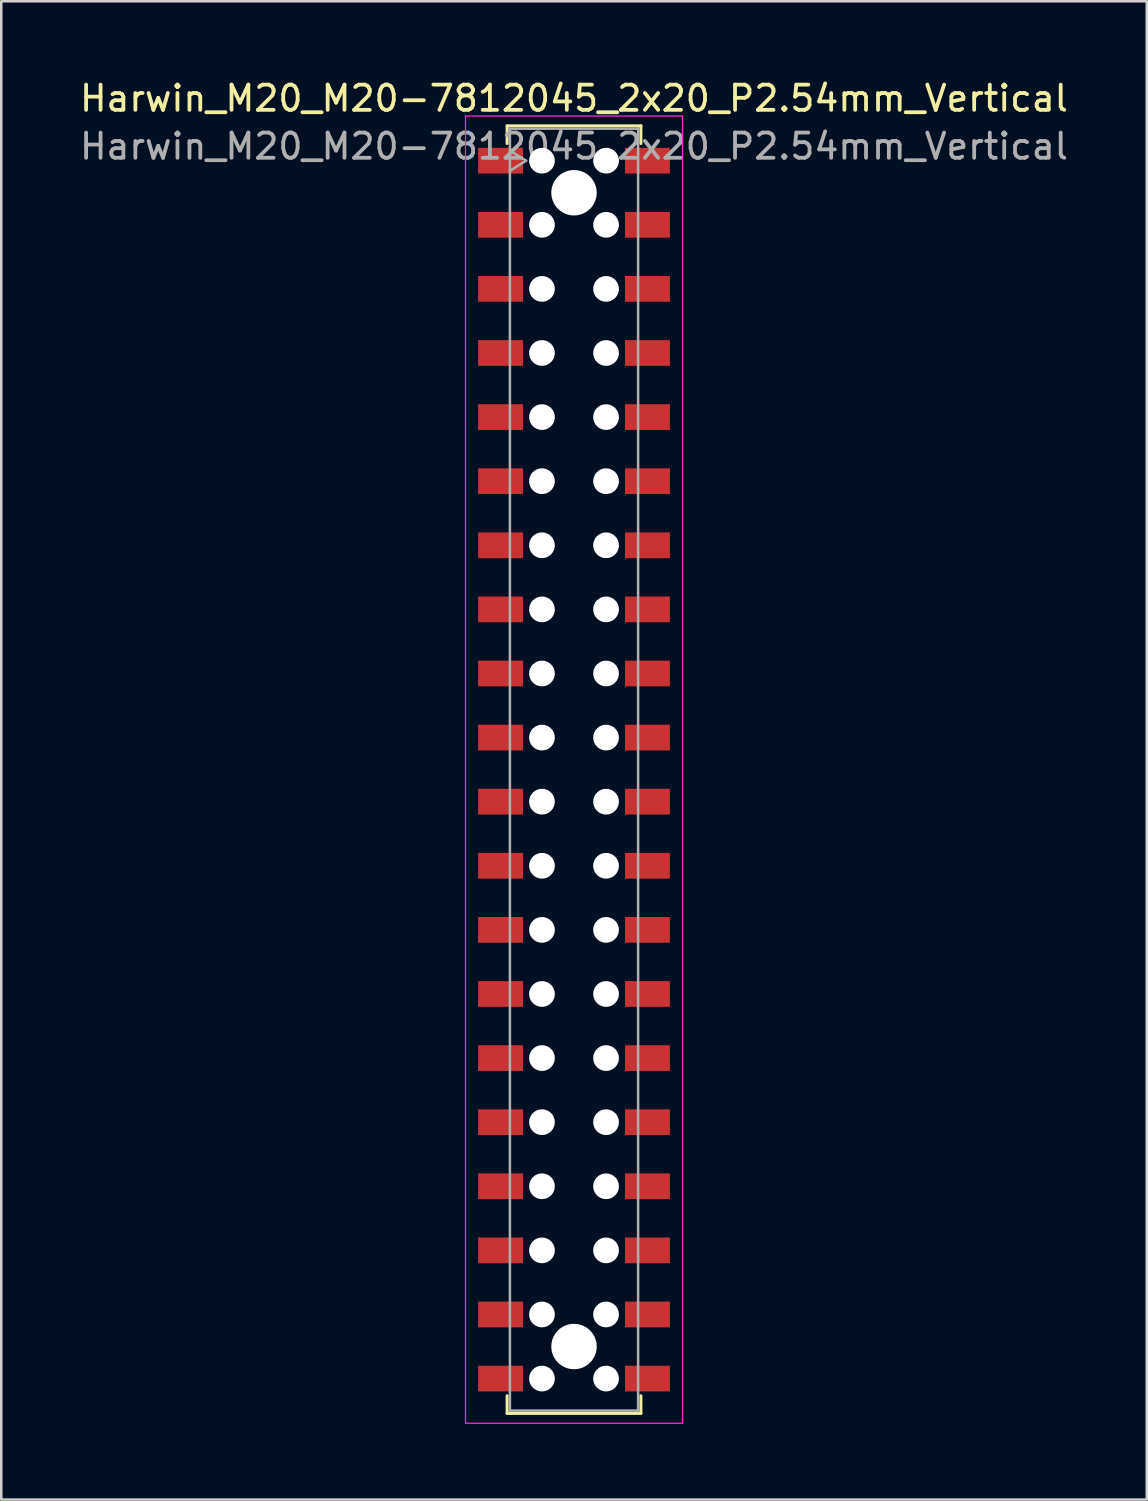
<source format=kicad_pcb>
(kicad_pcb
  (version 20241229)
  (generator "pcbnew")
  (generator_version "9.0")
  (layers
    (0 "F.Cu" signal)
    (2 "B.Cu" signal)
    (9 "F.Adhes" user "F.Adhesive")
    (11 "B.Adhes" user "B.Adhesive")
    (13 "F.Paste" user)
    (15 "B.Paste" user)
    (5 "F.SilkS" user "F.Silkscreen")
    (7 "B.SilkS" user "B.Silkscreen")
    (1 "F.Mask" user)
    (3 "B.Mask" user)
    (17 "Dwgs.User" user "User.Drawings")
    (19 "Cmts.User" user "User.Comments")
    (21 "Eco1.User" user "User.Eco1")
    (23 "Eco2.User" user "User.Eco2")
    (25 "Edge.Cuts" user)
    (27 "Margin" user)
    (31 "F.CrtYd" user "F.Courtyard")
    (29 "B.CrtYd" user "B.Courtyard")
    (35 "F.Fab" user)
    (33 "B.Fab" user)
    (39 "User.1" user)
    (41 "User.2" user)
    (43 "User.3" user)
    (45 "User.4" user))
  (footprint "Harwin_M20_M20-7812045_2x20_P2.54mm_Vertical"
    (layer "F.Cu")
    (at 19.696 27.448)
    (property "Reference" "Harwin_M20_M20-7812045_2x20_P2.54mm_Vertical" (at 0 -26.6 0) (layer "F.SilkS") (effects (font (size 1 1) (thickness 0.15))))
    (attr smd)
    (fp_line (start -2.65 -25.51) (end 2.65 -25.51) (stroke (width 0.12) (type solid)) (layer "F.SilkS"))
    (fp_line (start -2.65 -24.81) (end -2.65 -25.51) (stroke (width 0.12) (type solid)) (layer "F.SilkS"))
    (fp_line (start -2.65 24.81) (end -2.65 25.51) (stroke (width 0.12) (type solid)) (layer "F.SilkS"))
    (fp_line (start -2.65 25.51) (end 2.65 25.51) (stroke (width 0.12) (type solid)) (layer "F.SilkS"))
    (fp_line (start 2.65 -25.51) (end 2.65 -24.81) (stroke (width 0.12) (type solid)) (layer "F.SilkS"))
    (fp_line (start 2.65 25.51) (end 2.65 24.81) (stroke (width 0.12) (type solid)) (layer "F.SilkS"))
    (fp_line (start -4.3 -25.9) (end 4.3 -25.9) (stroke (width 0.05) (type solid)) (layer "F.CrtYd"))
    (fp_line (start -4.3 25.9) (end -4.3 -25.9) (stroke (width 0.05) (type solid)) (layer "F.CrtYd"))
    (fp_line (start 4.3 -25.9) (end 4.3 25.9) (stroke (width 0.05) (type solid)) (layer "F.CrtYd"))
    (fp_line (start 4.3 25.9) (end -4.3 25.9) (stroke (width 0.05) (type solid)) (layer "F.CrtYd"))
    (fp_line (start -2.54 -25.4) (end 2.54 -25.4) (stroke (width 0.1) (type solid)) (layer "F.Fab"))
    (fp_line (start -2.54 -24.53) (end -1.9 -24.13) (stroke (width 0.1) (type solid)) (layer "F.Fab"))
    (fp_line (start -2.54 25.4) (end -2.54 -25.4) (stroke (width 0.1) (type solid)) (layer "F.Fab"))
    (fp_line (start -1.9 -24.13) (end -2.54 -23.73) (stroke (width 0.1) (type solid)) (layer "F.Fab"))
    (fp_line (start 2.54 -25.4) (end 2.54 25.4) (stroke (width 0.1) (type solid)) (layer "F.Fab"))
    (fp_line (start 2.54 25.4) (end -2.54 25.4) (stroke (width 0.1) (type solid)) (layer "F.Fab"))
    (fp_text user "${REFERENCE}" (at 0 -24.7 0) (layer "F.Fab") (effects (font (size 1 1) (thickness 0.15))))
    (pad "" np_thru_hole circle (at -1.27 -24.13) (size 1.02 1.02) (drill 1.02) (layers "*.Cu" "*.Mask"))
    (pad "" np_thru_hole circle (at -1.27 -21.59) (size 1.02 1.02) (drill 1.02) (layers "*.Cu" "*.Mask"))
    (pad "" np_thru_hole circle (at -1.27 -19.05) (size 1.02 1.02) (drill 1.02) (layers "*.Cu" "*.Mask"))
    (pad "" np_thru_hole circle (at -1.27 -16.51) (size 1.02 1.02) (drill 1.02) (layers "*.Cu" "*.Mask"))
    (pad "" np_thru_hole circle (at -1.27 -13.97) (size 1.02 1.02) (drill 1.02) (layers "*.Cu" "*.Mask"))
    (pad "" np_thru_hole circle (at -1.27 -11.43) (size 1.02 1.02) (drill 1.02) (layers "*.Cu" "*.Mask"))
    (pad "" np_thru_hole circle (at -1.27 -8.89) (size 1.02 1.02) (drill 1.02) (layers "*.Cu" "*.Mask"))
    (pad "" np_thru_hole circle (at -1.27 -6.35) (size 1.02 1.02) (drill 1.02) (layers "*.Cu" "*.Mask"))
    (pad "" np_thru_hole circle (at -1.27 -3.81) (size 1.02 1.02) (drill 1.02) (layers "*.Cu" "*.Mask"))
    (pad "" np_thru_hole circle (at -1.27 -1.27) (size 1.02 1.02) (drill 1.02) (layers "*.Cu" "*.Mask"))
    (pad "" np_thru_hole circle (at -1.27 1.27) (size 1.02 1.02) (drill 1.02) (layers "*.Cu" "*.Mask"))
    (pad "" np_thru_hole circle (at -1.27 3.81) (size 1.02 1.02) (drill 1.02) (layers "*.Cu" "*.Mask"))
    (pad "" np_thru_hole circle (at -1.27 6.35) (size 1.02 1.02) (drill 1.02) (layers "*.Cu" "*.Mask"))
    (pad "" np_thru_hole circle (at -1.27 8.89) (size 1.02 1.02) (drill 1.02) (layers "*.Cu" "*.Mask"))
    (pad "" np_thru_hole circle (at -1.27 11.43) (size 1.02 1.02) (drill 1.02) (layers "*.Cu" "*.Mask"))
    (pad "" np_thru_hole circle (at -1.27 13.97) (size 1.02 1.02) (drill 1.02) (layers "*.Cu" "*.Mask"))
    (pad "" np_thru_hole circle (at -1.27 16.51) (size 1.02 1.02) (drill 1.02) (layers "*.Cu" "*.Mask"))
    (pad "" np_thru_hole circle (at -1.27 19.05) (size 1.02 1.02) (drill 1.02) (layers "*.Cu" "*.Mask"))
    (pad "" np_thru_hole circle (at -1.27 21.59) (size 1.02 1.02) (drill 1.02) (layers "*.Cu" "*.Mask"))
    (pad "" np_thru_hole circle (at -1.27 24.13) (size 1.02 1.02) (drill 1.02) (layers "*.Cu" "*.Mask"))
    (pad "" np_thru_hole circle (at 0 -22.86) (size 1.8 1.8) (drill 1.8) (layers "*.Cu" "*.Mask"))
    (pad "" np_thru_hole circle (at 0 22.86) (size 1.8 1.8) (drill 1.8) (layers "*.Cu" "*.Mask"))
    (pad "" np_thru_hole circle (at 1.27 -24.13) (size 1.02 1.02) (drill 1.02) (layers "*.Cu" "*.Mask"))
    (pad "" np_thru_hole circle (at 1.27 -21.59) (size 1.02 1.02) (drill 1.02) (layers "*.Cu" "*.Mask"))
    (pad "" np_thru_hole circle (at 1.27 -19.05) (size 1.02 1.02) (drill 1.02) (layers "*.Cu" "*.Mask"))
    (pad "" np_thru_hole circle (at 1.27 -16.51) (size 1.02 1.02) (drill 1.02) (layers "*.Cu" "*.Mask"))
    (pad "" np_thru_hole circle (at 1.27 -13.97) (size 1.02 1.02) (drill 1.02) (layers "*.Cu" "*.Mask"))
    (pad "" np_thru_hole circle (at 1.27 -11.43) (size 1.02 1.02) (drill 1.02) (layers "*.Cu" "*.Mask"))
    (pad "" np_thru_hole circle (at 1.27 -8.89) (size 1.02 1.02) (drill 1.02) (layers "*.Cu" "*.Mask"))
    (pad "" np_thru_hole circle (at 1.27 -6.35) (size 1.02 1.02) (drill 1.02) (layers "*.Cu" "*.Mask"))
    (pad "" np_thru_hole circle (at 1.27 -3.81) (size 1.02 1.02) (drill 1.02) (layers "*.Cu" "*.Mask"))
    (pad "" np_thru_hole circle (at 1.27 -1.27) (size 1.02 1.02) (drill 1.02) (layers "*.Cu" "*.Mask"))
    (pad "" np_thru_hole circle (at 1.27 1.27) (size 1.02 1.02) (drill 1.02) (layers "*.Cu" "*.Mask"))
    (pad "" np_thru_hole circle (at 1.27 3.81) (size 1.02 1.02) (drill 1.02) (layers "*.Cu" "*.Mask"))
    (pad "" np_thru_hole circle (at 1.27 6.35) (size 1.02 1.02) (drill 1.02) (layers "*.Cu" "*.Mask"))
    (pad "" np_thru_hole circle (at 1.27 8.89) (size 1.02 1.02) (drill 1.02) (layers "*.Cu" "*.Mask"))
    (pad "" np_thru_hole circle (at 1.27 11.43) (size 1.02 1.02) (drill 1.02) (layers "*.Cu" "*.Mask"))
    (pad "" np_thru_hole circle (at 1.27 13.97) (size 1.02 1.02) (drill 1.02) (layers "*.Cu" "*.Mask"))
    (pad "" np_thru_hole circle (at 1.27 16.51) (size 1.02 1.02) (drill 1.02) (layers "*.Cu" "*.Mask"))
    (pad "" np_thru_hole circle (at 1.27 19.05) (size 1.02 1.02) (drill 1.02) (layers "*.Cu" "*.Mask"))
    (pad "" np_thru_hole circle (at 1.27 21.59) (size 1.02 1.02) (drill 1.02) (layers "*.Cu" "*.Mask"))
    (pad "" np_thru_hole circle (at 1.27 24.13) (size 1.02 1.02) (drill 1.02) (layers "*.Cu" "*.Mask"))
    (pad "1" smd rect (at -2.91 -24.13) (size 1.78 1.02) (layers "F.Cu" "F.Mask" "F.Paste"))
    (pad "2" smd rect (at -2.91 -21.59) (size 1.78 1.02) (layers "F.Cu" "F.Mask" "F.Paste"))
    (pad "3" smd rect (at -2.91 -19.05) (size 1.78 1.02) (layers "F.Cu" "F.Mask" "F.Paste"))
    (pad "4" smd rect (at -2.91 -16.51) (size 1.78 1.02) (layers "F.Cu" "F.Mask" "F.Paste"))
    (pad "5" smd rect (at -2.91 -13.97) (size 1.78 1.02) (layers "F.Cu" "F.Mask" "F.Paste"))
    (pad "6" smd rect (at -2.91 -11.43) (size 1.78 1.02) (layers "F.Cu" "F.Mask" "F.Paste"))
    (pad "7" smd rect (at -2.91 -8.89) (size 1.78 1.02) (layers "F.Cu" "F.Mask" "F.Paste"))
    (pad "8" smd rect (at -2.91 -6.35) (size 1.78 1.02) (layers "F.Cu" "F.Mask" "F.Paste"))
    (pad "9" smd rect (at -2.91 -3.81) (size 1.78 1.02) (layers "F.Cu" "F.Mask" "F.Paste"))
    (pad "10" smd rect (at -2.91 -1.27) (size 1.78 1.02) (layers "F.Cu" "F.Mask" "F.Paste"))
    (pad "11" smd rect (at -2.91 1.27) (size 1.78 1.02) (layers "F.Cu" "F.Mask" "F.Paste"))
    (pad "12" smd rect (at -2.91 3.81) (size 1.78 1.02) (layers "F.Cu" "F.Mask" "F.Paste"))
    (pad "13" smd rect (at -2.91 6.35) (size 1.78 1.02) (layers "F.Cu" "F.Mask" "F.Paste"))
    (pad "14" smd rect (at -2.91 8.89) (size 1.78 1.02) (layers "F.Cu" "F.Mask" "F.Paste"))
    (pad "15" smd rect (at -2.91 11.43) (size 1.78 1.02) (layers "F.Cu" "F.Mask" "F.Paste"))
    (pad "16" smd rect (at -2.91 13.97) (size 1.78 1.02) (layers "F.Cu" "F.Mask" "F.Paste"))
    (pad "17" smd rect (at -2.91 16.51) (size 1.78 1.02) (layers "F.Cu" "F.Mask" "F.Paste"))
    (pad "18" smd rect (at -2.91 19.05) (size 1.78 1.02) (layers "F.Cu" "F.Mask" "F.Paste"))
    (pad "19" smd rect (at -2.91 21.59) (size 1.78 1.02) (layers "F.Cu" "F.Mask" "F.Paste"))
    (pad "20" smd rect (at -2.91 24.13) (size 1.78 1.02) (layers "F.Cu" "F.Mask" "F.Paste"))
    (pad "21" smd rect (at 2.91 -24.13) (size 1.78 1.02) (layers "F.Cu" "F.Mask" "F.Paste"))
    (pad "22" smd rect (at 2.91 -21.59) (size 1.78 1.02) (layers "F.Cu" "F.Mask" "F.Paste"))
    (pad "23" smd rect (at 2.91 -19.05) (size 1.78 1.02) (layers "F.Cu" "F.Mask" "F.Paste"))
    (pad "24" smd rect (at 2.91 -16.51) (size 1.78 1.02) (layers "F.Cu" "F.Mask" "F.Paste"))
    (pad "25" smd rect (at 2.91 -13.97) (size 1.78 1.02) (layers "F.Cu" "F.Mask" "F.Paste"))
    (pad "26" smd rect (at 2.91 -11.43) (size 1.78 1.02) (layers "F.Cu" "F.Mask" "F.Paste"))
    (pad "27" smd rect (at 2.91 -8.89) (size 1.78 1.02) (layers "F.Cu" "F.Mask" "F.Paste"))
    (pad "28" smd rect (at 2.91 -6.35) (size 1.78 1.02) (layers "F.Cu" "F.Mask" "F.Paste"))
    (pad "29" smd rect (at 2.91 -3.81) (size 1.78 1.02) (layers "F.Cu" "F.Mask" "F.Paste"))
    (pad "30" smd rect (at 2.91 -1.27) (size 1.78 1.02) (layers "F.Cu" "F.Mask" "F.Paste"))
    (pad "31" smd rect (at 2.91 1.27) (size 1.78 1.02) (layers "F.Cu" "F.Mask" "F.Paste"))
    (pad "32" smd rect (at 2.91 3.81) (size 1.78 1.02) (layers "F.Cu" "F.Mask" "F.Paste"))
    (pad "33" smd rect (at 2.91 6.35) (size 1.78 1.02) (layers "F.Cu" "F.Mask" "F.Paste"))
    (pad "34" smd rect (at 2.91 8.89) (size 1.78 1.02) (layers "F.Cu" "F.Mask" "F.Paste"))
    (pad "35" smd rect (at 2.91 11.43) (size 1.78 1.02) (layers "F.Cu" "F.Mask" "F.Paste"))
    (pad "36" smd rect (at 2.91 13.97) (size 1.78 1.02) (layers "F.Cu" "F.Mask" "F.Paste"))
    (pad "37" smd rect (at 2.91 16.51) (size 1.78 1.02) (layers "F.Cu" "F.Mask" "F.Paste"))
    (pad "38" smd rect (at 2.91 19.05) (size 1.78 1.02) (layers "F.Cu" "F.Mask" "F.Paste"))
    (pad "39" smd rect (at 2.91 21.59) (size 1.78 1.02) (layers "F.Cu" "F.Mask" "F.Paste"))
    (pad "40" smd rect (at 2.91 24.13) (size 1.78 1.02) (layers "F.Cu" "F.Mask" "F.Paste")))
  (gr_rect
    (start -3 -3)
    (end 42.393 56.373)
    (stroke (width 0.1) (type default))
    (fill no)
    (layer "Edge.Cuts")))
</source>
